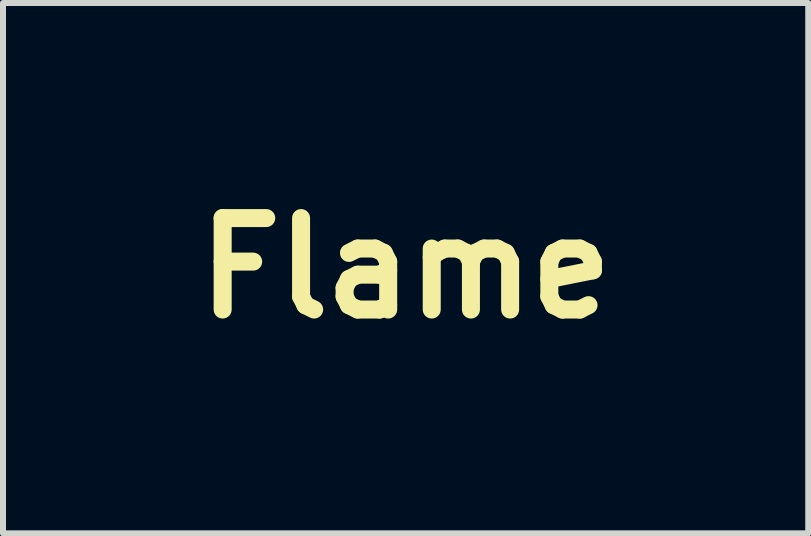
<source format=kicad_pcb>
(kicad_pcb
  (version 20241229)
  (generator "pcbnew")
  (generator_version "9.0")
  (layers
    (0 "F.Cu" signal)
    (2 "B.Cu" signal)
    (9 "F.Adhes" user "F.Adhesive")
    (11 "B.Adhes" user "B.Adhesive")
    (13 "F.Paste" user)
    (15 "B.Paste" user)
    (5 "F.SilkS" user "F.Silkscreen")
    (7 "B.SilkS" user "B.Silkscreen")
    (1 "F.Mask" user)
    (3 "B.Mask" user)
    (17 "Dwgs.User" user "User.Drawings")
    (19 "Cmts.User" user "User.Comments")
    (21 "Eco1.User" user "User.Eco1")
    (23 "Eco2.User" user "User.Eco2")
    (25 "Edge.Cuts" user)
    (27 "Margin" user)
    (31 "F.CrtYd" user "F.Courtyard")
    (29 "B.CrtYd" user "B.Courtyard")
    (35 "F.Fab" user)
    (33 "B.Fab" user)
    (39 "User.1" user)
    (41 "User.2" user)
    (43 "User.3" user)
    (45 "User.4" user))
  (footprint "Flame"
    (layer "F.Cu")
    (at 3.708 1.418)
    (property "Reference" "Flame" (at 0 0 0) (layer "F.SilkS") (effects (font (size 1.524 1.524) (thickness 0.3))))
    (attr through_hole)
    (fp_poly (pts (xy -0.084 -0.961) (xy -0.064 -0.819) (xy -0.045 -0.668) (xy 0.005 -0.438) (xy 0.077 -0.173) (xy 0.102 -0.09) (xy 0.181 0.165) (xy 0.223 0.333) (xy 0.231 0.445) (xy 0.208 0.535) (xy 0.155 0.635) (xy 0.146 0.649) (xy 0.016 0.82) (xy -0.112 0.868) (xy -0.25 0.797) (xy -0.3 0.748) (xy -0.426 0.571) (xy -0.475 0.372) (xy -0.452 0.122) (xy -0.385 -0.127) (xy -0.317 -0.381) (xy -0.269 -0.624) (xy -0.255 -0.778) (xy -0.236 -0.949) (xy -0.177 -1.014) (xy -0.159 -1.016) (xy -0.084 -0.961)) (stroke (width 0.01) (type solid)) (fill yes) (layer "F.Mask")))
  (gr_rect
    (start -3 -3)
    (end 10.417 5.836)
    (stroke (width 0.1) (type default))
    (fill no)
    (layer "Edge.Cuts")))
</source>
